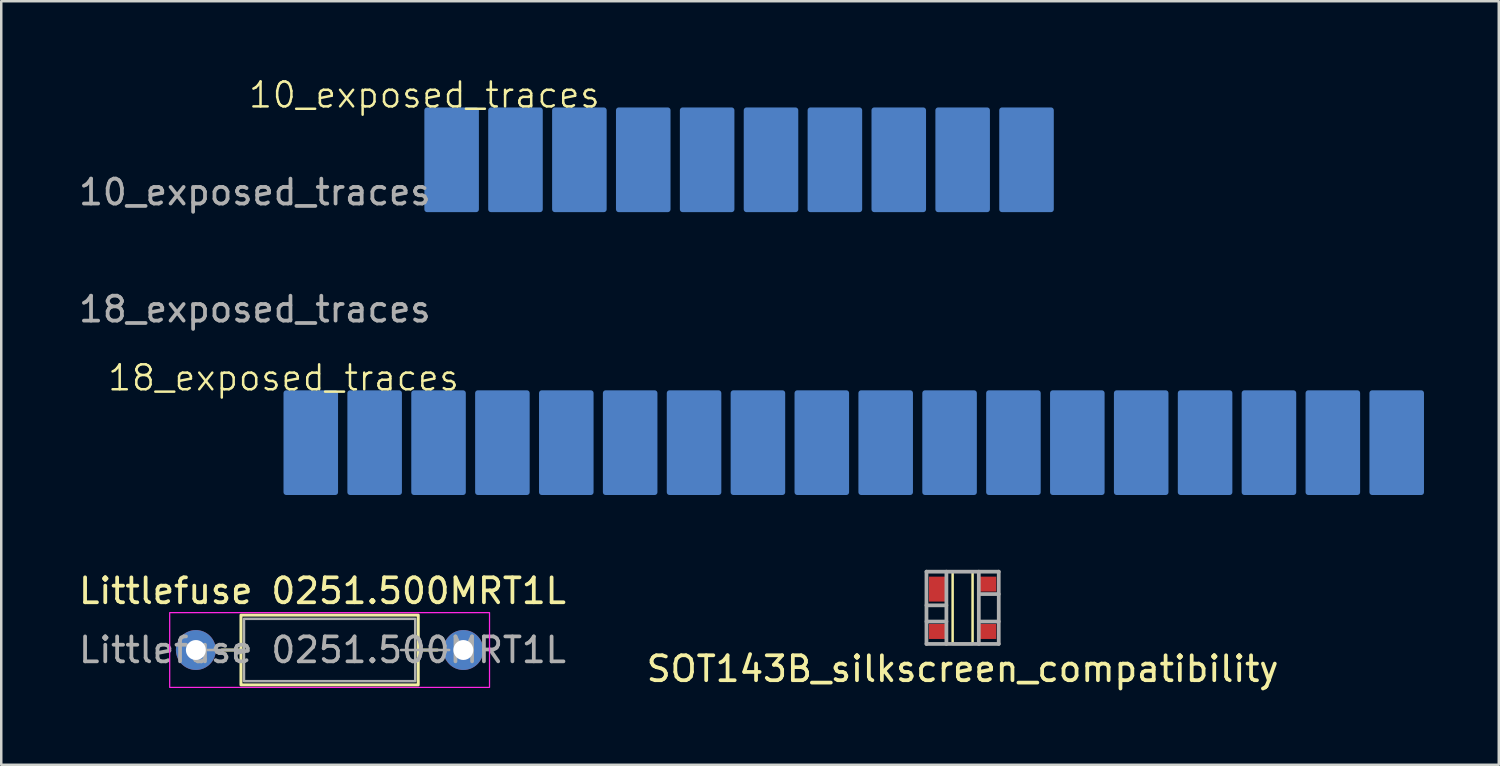
<source format=kicad_pcb>
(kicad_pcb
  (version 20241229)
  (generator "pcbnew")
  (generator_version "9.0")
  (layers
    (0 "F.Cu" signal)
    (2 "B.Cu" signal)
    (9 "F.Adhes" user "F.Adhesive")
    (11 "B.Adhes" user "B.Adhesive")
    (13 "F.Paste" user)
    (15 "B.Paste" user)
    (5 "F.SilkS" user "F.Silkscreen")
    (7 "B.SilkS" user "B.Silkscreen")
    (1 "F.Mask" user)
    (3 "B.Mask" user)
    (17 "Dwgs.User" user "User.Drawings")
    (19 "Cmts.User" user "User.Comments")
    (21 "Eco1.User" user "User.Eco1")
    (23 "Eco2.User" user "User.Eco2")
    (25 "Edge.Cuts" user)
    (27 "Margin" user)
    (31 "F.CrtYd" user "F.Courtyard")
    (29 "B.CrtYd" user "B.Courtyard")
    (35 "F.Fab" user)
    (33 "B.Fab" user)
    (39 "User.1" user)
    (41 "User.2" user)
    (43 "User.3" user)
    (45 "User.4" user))
  (footprint "SOT143B_silkscreen_compatibility"
    (layer "F.Cu")
    (at 35.565 21.332)
    (property "Reference" "SOT143B_silkscreen_compatibility" (at 0 2.45 0) (layer "F.SilkS") (effects (font (size 1 1) (thickness 0.15))))
    (attr smd)
    (fp_rect (start -0.4 -1.45) (end 0.4 1.45) (stroke (width 0.1) (type default)) (fill no) (layer "F.SilkS"))
    (fp_line (start -1.45 -1.45) (end 1.45 -1.45) (stroke (width 0.15) (type solid)) (layer "F.Fab"))
    (fp_line (start -1.45 0.55) (end -0.65 0.55) (stroke (width 0.15) (type solid)) (layer "F.Fab"))
    (fp_line (start -1.45 1.45) (end -1.45 -1.45) (stroke (width 0.15) (type solid)) (layer "F.Fab"))
    (fp_line (start -0.65 -0.1) (end -1.45 -0.1) (stroke (width 0.15) (type solid)) (layer "F.Fab"))
    (fp_line (start -0.65 1.45) (end -0.65 -1.45) (stroke (width 0.15) (type solid)) (layer "F.Fab"))
    (fp_line (start 0.65 -1.45) (end 0.65 1.45) (stroke (width 0.15) (type solid)) (layer "F.Fab"))
    (fp_line (start 0.65 -0.55) (end 1.45 -0.55) (stroke (width 0.15) (type solid)) (layer "F.Fab"))
    (fp_line (start 1.45 -1.45) (end 1.45 1.45) (stroke (width 0.15) (type solid)) (layer "F.Fab"))
    (fp_line (start 1.45 0.55) (end 0.65 0.55) (stroke (width 0.15) (type solid)) (layer "F.Fab"))
    (fp_line (start 1.45 1.45) (end -1.45 1.45) (stroke (width 0.15) (type solid)) (layer "F.Fab"))
    (pad "1" smd rect (at -1 -0.75 270) (size 1 0.7) (layers "F.Cu" "F.Mask" "F.Paste"))
    (pad "2" smd rect (at -1 0.95 270) (size 0.6 0.7) (layers "F.Cu" "F.Mask" "F.Paste"))
    (pad "3" smd rect (at 1 0.95 270) (size 0.6 0.7) (layers "F.Cu" "F.Mask" "F.Paste"))
    (pad "4" smd rect (at 1 -0.95 270) (size 0.6 0.7) (layers "F.Cu" "F.Mask" "F.Paste")))
  (footprint "18_exposed_traces"
    (layer "F.Cu")
    (at 8.323 12.607)
    (property "Reference" "18_exposed_traces" (at 0 -0.5 0) (unlocked yes) (layer "F.SilkS") (effects (font (size 1 1) (thickness 0.1))))
    (attr smd)
    (fp_text user "${REFERENCE}" (at -1.15 -3.25 0) (unlocked yes) (layer "F.Fab") (effects (font (size 1 1) (thickness 0.15))))
    (pad "1" smd roundrect (at 1.094 2.1) (size 2.188 4.2) (layers "B.Cu" "B.Mask") (roundrect_rratio 0.05))
    (pad "2" smd roundrect (at 3.656 2.1) (size 2.188 4.2) (layers "B.Cu" "B.Mask") (roundrect_rratio 0.05))
    (pad "3" smd roundrect (at 6.219 2.1) (size 2.188 4.2) (layers "B.Cu" "B.Mask") (roundrect_rratio 0.05))
    (pad "4" smd roundrect (at 8.781 2.1) (size 2.188 4.2) (layers "B.Cu" "B.Mask") (roundrect_rratio 0.05))
    (pad "5" smd roundrect (at 11.344 2.1) (size 2.188 4.2) (layers "B.Cu" "B.Mask") (roundrect_rratio 0.05))
    (pad "6" smd roundrect (at 13.906 2.1) (size 2.188 4.2) (layers "B.Cu" "B.Mask") (roundrect_rratio 0.05))
    (pad "7" smd roundrect (at 16.469 2.1) (size 2.188 4.2) (layers "B.Cu" "B.Mask") (roundrect_rratio 0.05))
    (pad "8" smd roundrect (at 19.031 2.1) (size 2.188 4.2) (layers "B.Cu" "B.Mask") (roundrect_rratio 0.05))
    (pad "9" smd roundrect (at 21.594 2.1) (size 2.188 4.2) (layers "B.Cu" "B.Mask") (roundrect_rratio 0.05))
    (pad "10" smd roundrect (at 24.156 2.1) (size 2.188 4.2) (layers "B.Cu" "B.Mask") (roundrect_rratio 0.05))
    (pad "11" smd roundrect (at 26.719 2.1) (size 2.188 4.2) (layers "B.Cu" "B.Mask") (roundrect_rratio 0.05))
    (pad "12" smd roundrect (at 29.281 2.1) (size 2.188 4.2) (layers "B.Cu" "B.Mask") (roundrect_rratio 0.05))
    (pad "13" smd roundrect (at 31.844 2.1) (size 2.188 4.2) (layers "B.Cu" "B.Mask") (roundrect_rratio 0.05))
    (pad "14" smd roundrect (at 34.406 2.1) (size 2.188 4.2) (layers "B.Cu" "B.Mask") (roundrect_rratio 0.05))
    (pad "15" smd roundrect (at 36.969 2.1) (size 2.188 4.2) (layers "B.Cu" "B.Mask") (roundrect_rratio 0.05))
    (pad "16" smd roundrect (at 39.531 2.1) (size 2.188 4.2) (layers "B.Cu" "B.Mask") (roundrect_rratio 0.05))
    (pad "17" smd roundrect (at 42.094 2.1) (size 2.188 4.2) (layers "B.Cu" "B.Mask") (roundrect_rratio 0.05))
    (pad "18" smd roundrect (at 44.656 2.1) (size 2.188 4.2) (layers "B.Cu" "B.Mask") (roundrect_rratio 0.05)))
  (footprint "Littlefuse 0251.500MRT1L"
    (layer "F.Cu")
    (at 4.807 23.025)
    (property "Reference" "Littlefuse 0251.500MRT1L" (at 5.08 -2.37 0) (layer "F.SilkS") (effects (font (size 1 1) (thickness 0.15))))
    (attr through_hole)
    (fp_line (start 1.04 0) (end 1.81 0) (stroke (width 0.12) (type solid)) (layer "F.SilkS"))
    (fp_line (start 9.69 0) (end 8.92 0) (stroke (width 0.12) (type solid)) (layer "F.SilkS"))
    (fp_rect (start 1.81 -1.4) (end 8.92 1.4) (stroke (width 0.12) (type solid)) (fill no) (layer "F.SilkS"))
    (fp_rect (start -1.05 -1.5) (end 11.78 1.5) (stroke (width 0.05) (type solid)) (fill no) (layer "F.CrtYd"))
    (fp_line (start 0 0) (end 1.93 0) (stroke (width 0.1) (type solid)) (layer "F.Fab"))
    (fp_line (start 10.16 0) (end 8.23 0) (stroke (width 0.1) (type solid)) (layer "F.Fab"))
    (fp_rect (start 1.93 -1.25) (end 8.8 1.25) (stroke (width 0.1) (type solid)) (fill no) (layer "F.Fab"))
    (fp_text user "${REFERENCE}" (at 5.08 0 0) (layer "F.Fab") (effects (font (size 1 1) (thickness 0.15))))
    (pad "1" thru_hole circle (at 0 0) (size 1.6 1.6) (drill 0.8) (layers "*.Cu" "*.Mask"))
    (pad "2" thru_hole circle (at 10.73 0) (size 1.6 1.6) (drill 0.8) (layers "*.Cu" "*.Mask")))
  (footprint "10_exposed_traces"
    (layer "F.Cu")
    (at 13.973 1.26)
    (property "Reference" "10_exposed_traces" (at 0 -0.5 0) (unlocked yes) (layer "F.SilkS") (effects (font (size 1 1) (thickness 0.1))))
    (attr smd)
    (fp_text user "${REFERENCE}" (at -6.8 3.4 0) (unlocked yes) (layer "F.Fab") (effects (font (size 1 1) (thickness 0.15))))
    (pad "1" smd roundrect (at 1.094 2.1) (size 2.188 4.2) (layers "B.Cu" "B.Mask") (roundrect_rratio 0.05))
    (pad "2" smd roundrect (at 3.656 2.1) (size 2.188 4.2) (layers "B.Cu" "B.Mask") (roundrect_rratio 0.05))
    (pad "3" smd roundrect (at 6.219 2.1) (size 2.188 4.2) (layers "B.Cu" "B.Mask") (roundrect_rratio 0.05))
    (pad "4" smd roundrect (at 8.781 2.1) (size 2.188 4.2) (layers "B.Cu" "B.Mask") (roundrect_rratio 0.05))
    (pad "5" smd roundrect (at 11.344 2.1) (size 2.188 4.2) (layers "B.Cu" "B.Mask") (roundrect_rratio 0.05))
    (pad "6" smd roundrect (at 13.906 2.1) (size 2.188 4.2) (layers "B.Cu" "B.Mask") (roundrect_rratio 0.05))
    (pad "7" smd roundrect (at 16.469 2.1) (size 2.188 4.2) (layers "B.Cu" "B.Mask") (roundrect_rratio 0.05))
    (pad "8" smd roundrect (at 19.031 2.1) (size 2.188 4.2) (layers "B.Cu" "B.Mask") (roundrect_rratio 0.05))
    (pad "9" smd roundrect (at 21.594 2.1) (size 2.188 4.2) (layers "B.Cu" "B.Mask") (roundrect_rratio 0.05))
    (pad "10" smd roundrect (at 24.156 2.1) (size 2.188 4.2) (layers "B.Cu" "B.Mask") (roundrect_rratio 0.05)))
  (gr_rect
    (start -3 -3)
    (end 57.073 27.63)
    (stroke (width 0.1) (type default))
    (fill no)
    (layer "Edge.Cuts")))
</source>
